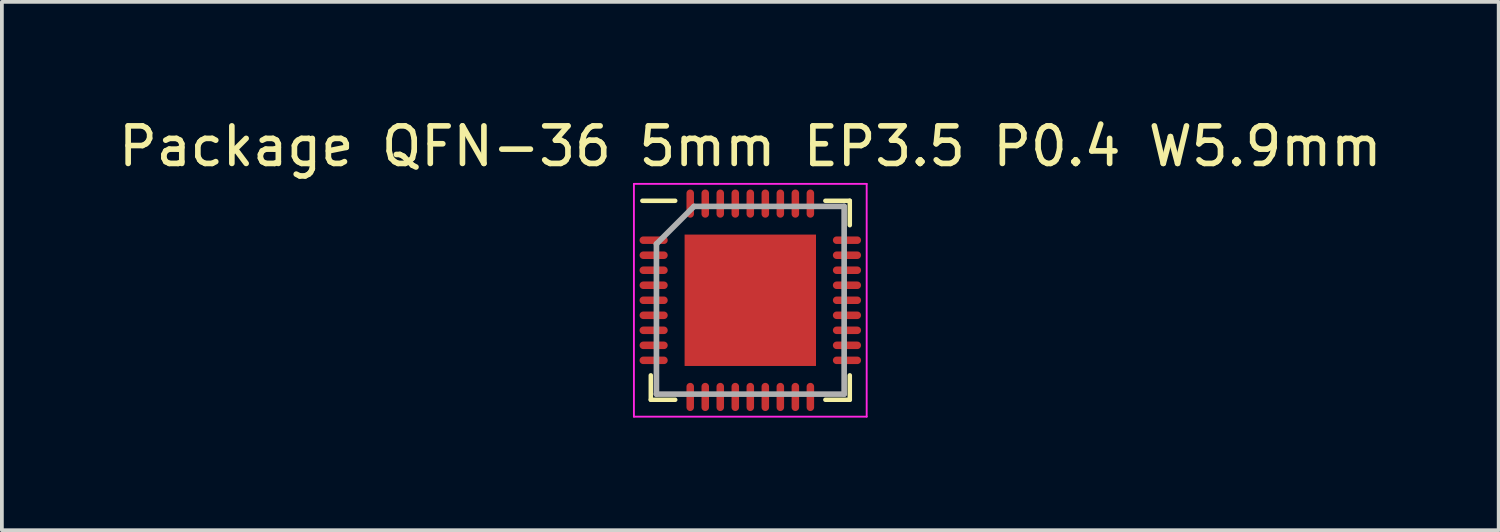
<source format=kicad_pcb>
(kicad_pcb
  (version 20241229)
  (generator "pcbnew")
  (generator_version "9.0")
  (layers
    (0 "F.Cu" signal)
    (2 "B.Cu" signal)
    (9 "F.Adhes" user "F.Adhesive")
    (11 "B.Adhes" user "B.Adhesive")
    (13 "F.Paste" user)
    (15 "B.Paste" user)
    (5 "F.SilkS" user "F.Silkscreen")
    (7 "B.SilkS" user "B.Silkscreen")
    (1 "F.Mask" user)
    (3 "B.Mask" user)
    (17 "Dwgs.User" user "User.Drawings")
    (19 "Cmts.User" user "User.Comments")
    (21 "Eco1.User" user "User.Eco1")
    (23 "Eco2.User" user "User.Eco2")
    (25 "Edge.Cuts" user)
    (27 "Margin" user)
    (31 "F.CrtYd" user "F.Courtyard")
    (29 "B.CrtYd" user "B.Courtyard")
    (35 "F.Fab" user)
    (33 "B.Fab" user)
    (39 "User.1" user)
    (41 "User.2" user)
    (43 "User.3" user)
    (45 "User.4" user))
  (footprint "Package QFN-36 5mm EP3.5 P0.4 W5.9mm"
    (layer "F.Cu")
    (at 16.935 4.948)
    (property "Reference" "Package QFN-36 5mm EP3.5 P0.4 W5.9mm" (at 0 -4.1 0) (layer "F.SilkS") (effects (font (size 1 1) (thickness 0.15))))
    (attr smd)
    (fp_line (start -2.65 2.65) (end -2.65 2) (stroke (width 0.12) (type default)) (layer "F.SilkS"))
    (fp_line (start -2 -2.65) (end -2.875 -2.65) (stroke (width 0.12) (type default)) (layer "F.SilkS"))
    (fp_line (start -2 2.65) (end -2.65 2.65) (stroke (width 0.12) (type default)) (layer "F.SilkS"))
    (fp_line (start 2 -2.65) (end 2.65 -2.65) (stroke (width 0.12) (type default)) (layer "F.SilkS"))
    (fp_line (start 2 2.65) (end 2.65 2.65) (stroke (width 0.12) (type default)) (layer "F.SilkS"))
    (fp_line (start 2.65 -2.65) (end 2.65 -2) (stroke (width 0.12) (type default)) (layer "F.SilkS"))
    (fp_line (start 2.65 2.65) (end 2.65 2) (stroke (width 0.12) (type default)) (layer "F.SilkS"))
    (fp_line (start -3.1 -3.1) (end 3.1 -3.1) (stroke (width 0.05) (type default)) (layer "F.CrtYd"))
    (fp_line (start -3.1 3.1) (end -3.1 -3.1) (stroke (width 0.05) (type default)) (layer "F.CrtYd"))
    (fp_line (start 3.1 -3.1) (end 3.1 3.1) (stroke (width 0.05) (type default)) (layer "F.CrtYd"))
    (fp_line (start 3.1 3.1) (end -3.1 3.1) (stroke (width 0.05) (type default)) (layer "F.CrtYd"))
    (fp_line (start -2.5 -1.5) (end -2.5 2.5) (stroke (width 0.15) (type default)) (layer "F.Fab"))
    (fp_line (start -2.5 2.5) (end 2.5 2.5) (stroke (width 0.15) (type default)) (layer "F.Fab"))
    (fp_line (start -1.5 -2.5) (end -2.5 -1.5) (stroke (width 0.15) (type default)) (layer "F.Fab"))
    (fp_line (start 2.5 -2.5) (end -1.5 -2.5) (stroke (width 0.15) (type default)) (layer "F.Fab"))
    (fp_line (start 2.5 2.5) (end 2.5 -2.5) (stroke (width 0.15) (type default)) (layer "F.Fab"))
    (pad "1" smd oval (at -2.575 -1.6 90) (size 0.2 0.75) (layers "F.Cu" "F.Mask" "F.Paste"))
    (pad "2" smd oval (at -2.575 -1.2 90) (size 0.2 0.75) (layers "F.Cu" "F.Mask" "F.Paste"))
    (pad "3" smd oval (at -2.575 -0.8 90) (size 0.2 0.75) (layers "F.Cu" "F.Mask" "F.Paste"))
    (pad "4" smd oval (at -2.575 -0.4 90) (size 0.2 0.75) (layers "F.Cu" "F.Mask" "F.Paste"))
    (pad "5" smd oval (at -2.575 0 90) (size 0.2 0.75) (layers "F.Cu" "F.Mask" "F.Paste"))
    (pad "6" smd oval (at -2.575 0.4 90) (size 0.2 0.75) (layers "F.Cu" "F.Mask" "F.Paste"))
    (pad "7" smd oval (at -2.575 0.8 90) (size 0.2 0.75) (layers "F.Cu" "F.Mask" "F.Paste"))
    (pad "8" smd oval (at -2.575 1.2 90) (size 0.2 0.75) (layers "F.Cu" "F.Mask" "F.Paste"))
    (pad "9" smd oval (at -2.575 1.6 90) (size 0.2 0.75) (layers "F.Cu" "F.Mask" "F.Paste"))
    (pad "10" smd oval (at -1.6 2.575) (size 0.2 0.75) (layers "F.Cu" "F.Mask" "F.Paste"))
    (pad "11" smd oval (at -1.2 2.575) (size 0.2 0.75) (layers "F.Cu" "F.Mask" "F.Paste"))
    (pad "12" smd oval (at -0.8 2.575) (size 0.2 0.75) (layers "F.Cu" "F.Mask" "F.Paste"))
    (pad "13" smd oval (at -0.4 2.575) (size 0.2 0.75) (layers "F.Cu" "F.Mask" "F.Paste"))
    (pad "14" smd oval (at 0 2.575) (size 0.2 0.75) (layers "F.Cu" "F.Mask" "F.Paste"))
    (pad "15" smd oval (at 0.4 2.575) (size 0.2 0.75) (layers "F.Cu" "F.Mask" "F.Paste"))
    (pad "16" smd oval (at 0.8 2.575) (size 0.2 0.75) (layers "F.Cu" "F.Mask" "F.Paste"))
    (pad "17" smd oval (at 1.2 2.575) (size 0.2 0.75) (layers "F.Cu" "F.Mask" "F.Paste"))
    (pad "18" smd oval (at 1.6 2.575) (size 0.2 0.75) (layers "F.Cu" "F.Mask" "F.Paste"))
    (pad "19" smd oval (at 2.575 1.6 90) (size 0.2 0.75) (layers "F.Cu" "F.Mask" "F.Paste"))
    (pad "20" smd oval (at 2.575 1.2 90) (size 0.2 0.75) (layers "F.Cu" "F.Mask" "F.Paste"))
    (pad "21" smd oval (at 2.575 0.8 90) (size 0.2 0.75) (layers "F.Cu" "F.Mask" "F.Paste"))
    (pad "22" smd oval (at 2.575 0.4 90) (size 0.2 0.75) (layers "F.Cu" "F.Mask" "F.Paste"))
    (pad "23" smd oval (at 2.575 0 90) (size 0.2 0.75) (layers "F.Cu" "F.Mask" "F.Paste"))
    (pad "24" smd oval (at 2.575 -0.4 90) (size 0.2 0.75) (layers "F.Cu" "F.Mask" "F.Paste"))
    (pad "25" smd oval (at 2.575 -0.8 90) (size 0.2 0.75) (layers "F.Cu" "F.Mask" "F.Paste"))
    (pad "26" smd oval (at 2.575 -1.2 90) (size 0.2 0.75) (layers "F.Cu" "F.Mask" "F.Paste"))
    (pad "27" smd oval (at 2.575 -1.6 90) (size 0.2 0.75) (layers "F.Cu" "F.Mask" "F.Paste"))
    (pad "28" smd oval (at 1.6 -2.575) (size 0.2 0.75) (layers "F.Cu" "F.Mask" "F.Paste"))
    (pad "29" smd oval (at 1.2 -2.575) (size 0.2 0.75) (layers "F.Cu" "F.Mask" "F.Paste"))
    (pad "30" smd oval (at 0.8 -2.575) (size 0.2 0.75) (layers "F.Cu" "F.Mask" "F.Paste"))
    (pad "31" smd oval (at 0.4 -2.575) (size 0.2 0.75) (layers "F.Cu" "F.Mask" "F.Paste"))
    (pad "32" smd oval (at 0 -2.575) (size 0.2 0.75) (layers "F.Cu" "F.Mask" "F.Paste"))
    (pad "33" smd oval (at -0.4 -2.575) (size 0.2 0.75) (layers "F.Cu" "F.Mask" "F.Paste"))
    (pad "34" smd oval (at -0.8 -2.575) (size 0.2 0.75) (layers "F.Cu" "F.Mask" "F.Paste"))
    (pad "35" smd oval (at -1.2 -2.575) (size 0.2 0.75) (layers "F.Cu" "F.Mask" "F.Paste"))
    (pad "36" smd oval (at -1.6 -2.575) (size 0.2 0.75) (layers "F.Cu" "F.Mask" "F.Paste"))
    (pad "37" smd rect (at 0 0) (size 3.5 3.5) (layers "F.Cu" "F.Mask" "F.Paste")))
  (gr_rect
    (start -3 -3)
    (end 36.869 11.073)
    (stroke (width 0.1) (type default))
    (fill no)
    (layer "Edge.Cuts")))
</source>
